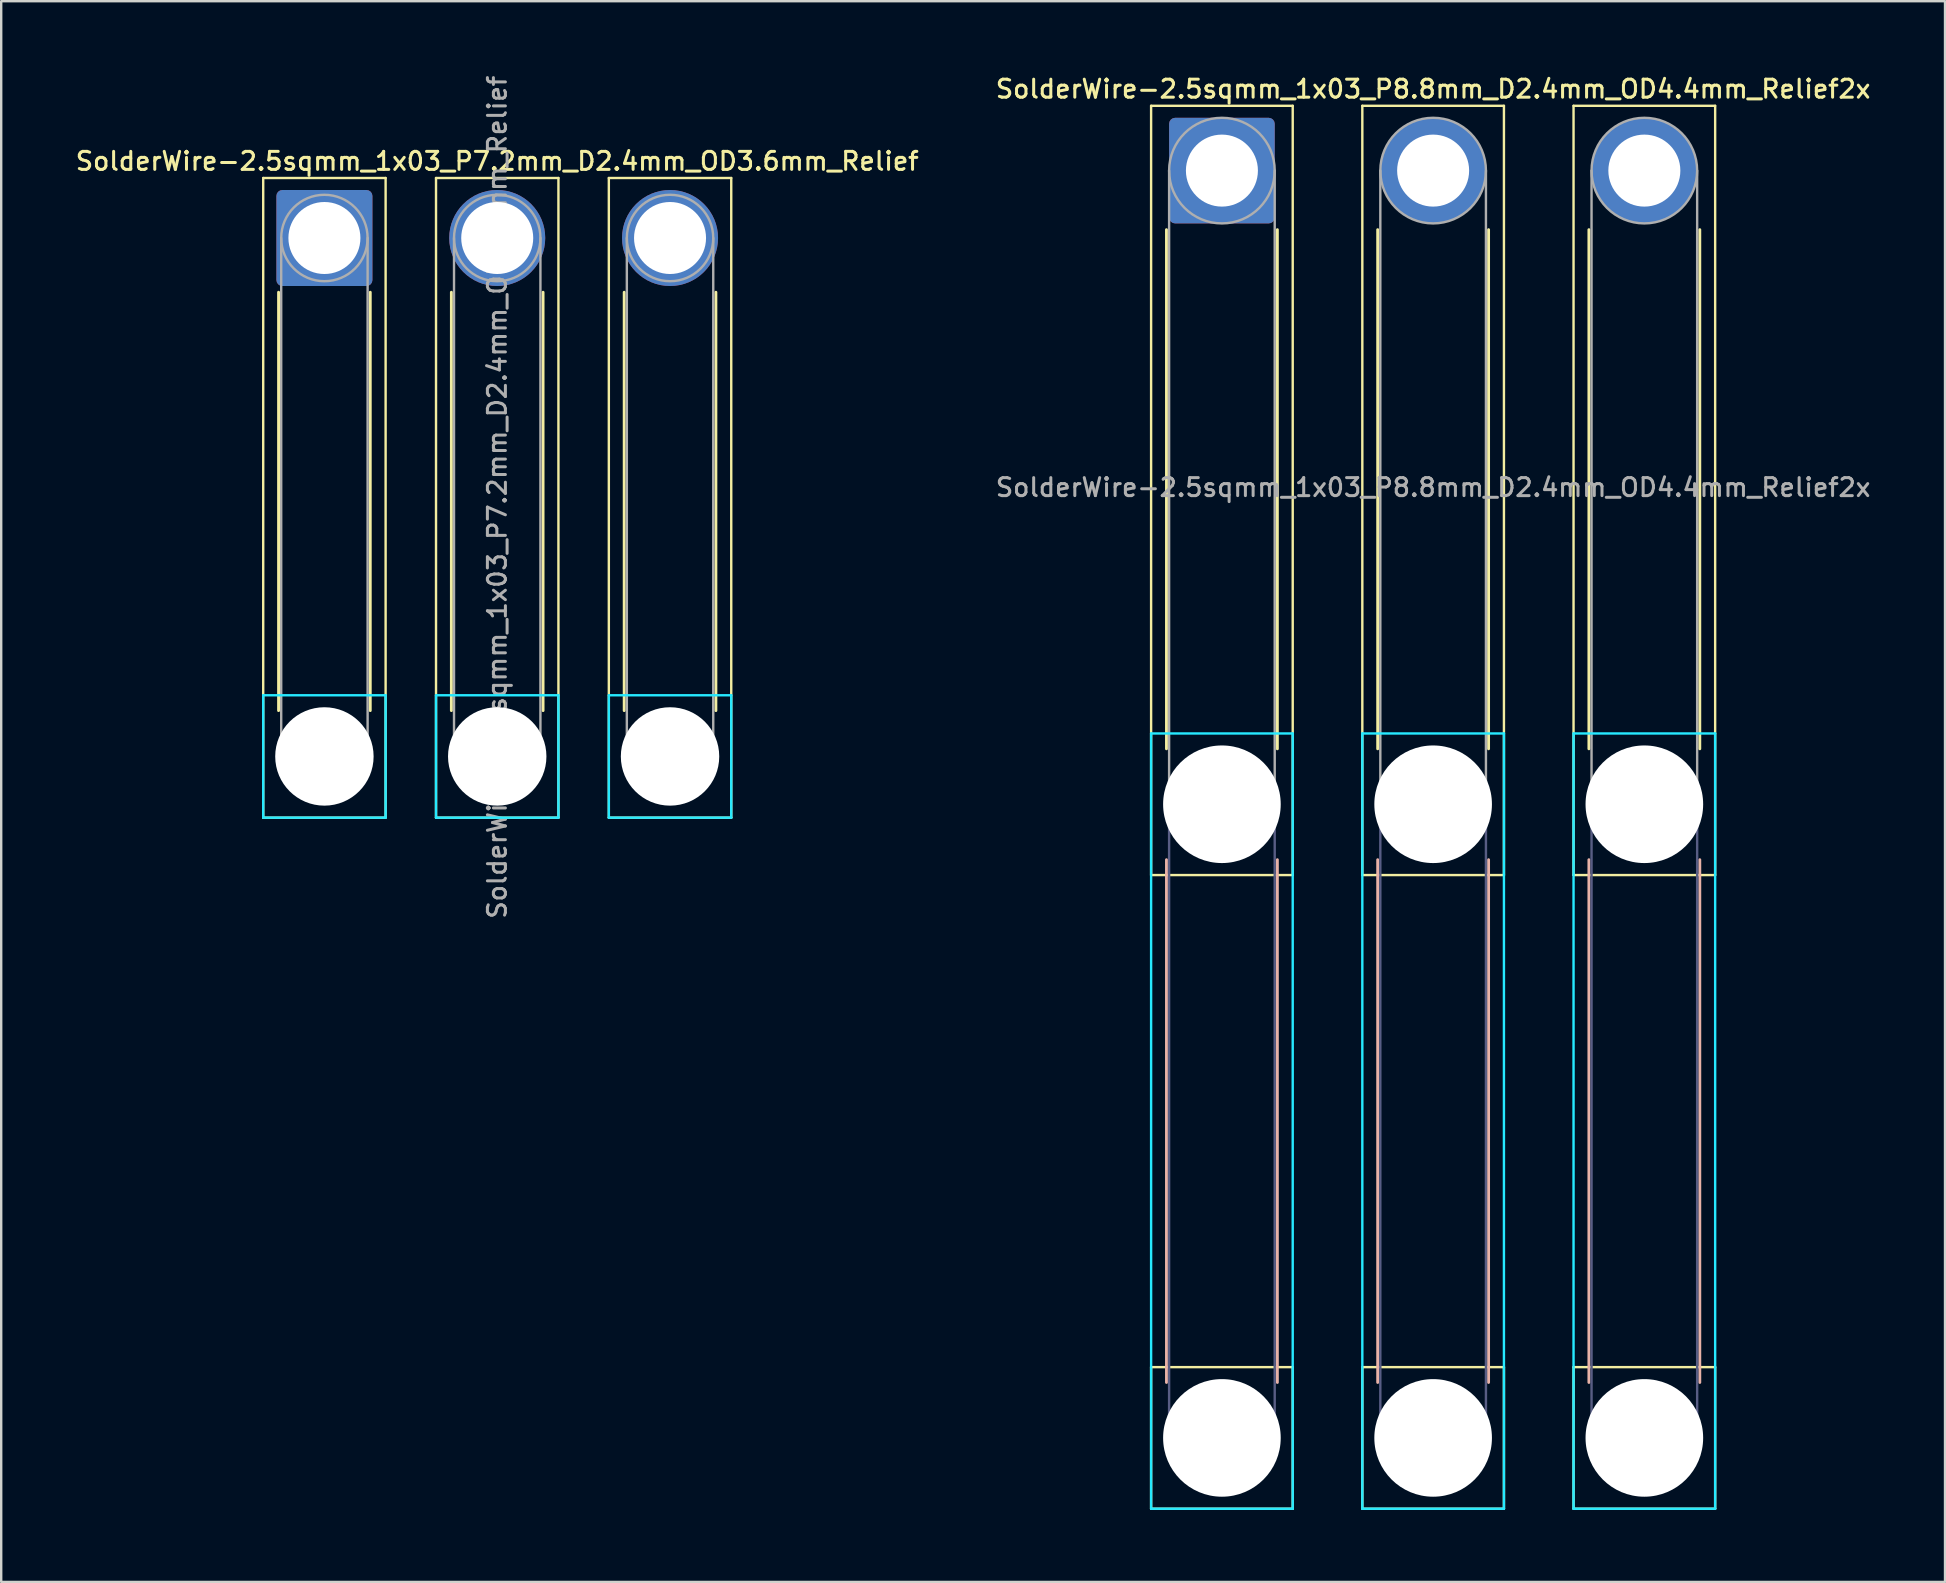
<source format=kicad_pcb>
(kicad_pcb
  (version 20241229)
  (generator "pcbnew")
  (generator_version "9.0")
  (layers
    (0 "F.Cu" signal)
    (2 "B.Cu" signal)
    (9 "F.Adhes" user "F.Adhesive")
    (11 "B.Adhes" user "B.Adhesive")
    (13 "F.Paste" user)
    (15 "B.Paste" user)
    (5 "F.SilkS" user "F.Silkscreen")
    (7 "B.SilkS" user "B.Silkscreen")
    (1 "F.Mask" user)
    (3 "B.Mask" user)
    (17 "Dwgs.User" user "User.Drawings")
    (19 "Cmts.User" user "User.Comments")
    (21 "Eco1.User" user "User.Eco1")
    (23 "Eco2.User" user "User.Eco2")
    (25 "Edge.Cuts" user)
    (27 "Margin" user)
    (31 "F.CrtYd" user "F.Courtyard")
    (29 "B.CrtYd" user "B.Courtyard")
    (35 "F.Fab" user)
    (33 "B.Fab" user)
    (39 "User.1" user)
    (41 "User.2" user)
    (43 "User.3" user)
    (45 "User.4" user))
  (footprint "SolderWire-2.5sqmm_1x03_P8.8mm_D2.4mm_OD4.4mm_Relief2x"
    (layer "F.Cu")
    (at 47.859 4.058)
    (property "Reference" "SolderWire-2.5sqmm_1x03_P8.8mm_D2.4mm_OD4.4mm_Relief2x" (at 8.8 -3.4 0) (layer "F.SilkS") (effects (font (size 0.75 0.75) (thickness 0.125))))
    (attr exclude_from_pos_files exclude_from_bom)
    (fp_line (start -2.95 -2.7) (end -2.95 29.35) (stroke (width 0.1) (type solid)) (layer "F.SilkS"))
    (fp_line (start -2.95 29.35) (end 2.95 29.35) (stroke (width 0.1) (type solid)) (layer "F.SilkS"))
    (fp_line (start -2.95 49.85) (end -2.95 55.75) (stroke (width 0.1) (type solid)) (layer "F.SilkS"))
    (fp_line (start -2.95 55.75) (end 2.95 55.75) (stroke (width 0.1) (type solid)) (layer "F.SilkS"))
    (fp_line (start -2.31 2.46) (end -2.31 24.09) (stroke (width 0.12) (type solid)) (layer "F.SilkS"))
    (fp_line (start 2.31 2.46) (end 2.31 24.09) (stroke (width 0.12) (type solid)) (layer "F.SilkS"))
    (fp_line (start 2.95 -2.7) (end -2.95 -2.7) (stroke (width 0.1) (type solid)) (layer "F.SilkS"))
    (fp_line (start 2.95 29.35) (end 2.95 -2.7) (stroke (width 0.1) (type solid)) (layer "F.SilkS"))
    (fp_line (start 2.95 49.85) (end -2.95 49.85) (stroke (width 0.1) (type solid)) (layer "F.SilkS"))
    (fp_line (start 2.95 55.75) (end 2.95 49.85) (stroke (width 0.1) (type solid)) (layer "F.SilkS"))
    (fp_line (start 5.85 -2.7) (end 5.85 29.35) (stroke (width 0.1) (type solid)) (layer "F.SilkS"))
    (fp_line (start 5.85 29.35) (end 11.75 29.35) (stroke (width 0.1) (type solid)) (layer "F.SilkS"))
    (fp_line (start 5.85 49.85) (end 5.85 55.75) (stroke (width 0.1) (type solid)) (layer "F.SilkS"))
    (fp_line (start 5.85 55.75) (end 11.75 55.75) (stroke (width 0.1) (type solid)) (layer "F.SilkS"))
    (fp_line (start 6.49 2.46) (end 6.49 24.09) (stroke (width 0.12) (type solid)) (layer "F.SilkS"))
    (fp_line (start 11.11 2.46) (end 11.11 24.09) (stroke (width 0.12) (type solid)) (layer "F.SilkS"))
    (fp_line (start 11.75 -2.7) (end 5.85 -2.7) (stroke (width 0.1) (type solid)) (layer "F.SilkS"))
    (fp_line (start 11.75 29.35) (end 11.75 -2.7) (stroke (width 0.1) (type solid)) (layer "F.SilkS"))
    (fp_line (start 11.75 49.85) (end 5.85 49.85) (stroke (width 0.1) (type solid)) (layer "F.SilkS"))
    (fp_line (start 11.75 55.75) (end 11.75 49.85) (stroke (width 0.1) (type solid)) (layer "F.SilkS"))
    (fp_line (start 14.65 -2.7) (end 14.65 29.35) (stroke (width 0.1) (type solid)) (layer "F.SilkS"))
    (fp_line (start 14.65 29.35) (end 20.55 29.35) (stroke (width 0.1) (type solid)) (layer "F.SilkS"))
    (fp_line (start 14.65 49.85) (end 14.65 55.75) (stroke (width 0.1) (type solid)) (layer "F.SilkS"))
    (fp_line (start 14.65 55.75) (end 20.55 55.75) (stroke (width 0.1) (type solid)) (layer "F.SilkS"))
    (fp_line (start 15.29 2.46) (end 15.29 24.09) (stroke (width 0.12) (type solid)) (layer "F.SilkS"))
    (fp_line (start 19.91 2.46) (end 19.91 24.09) (stroke (width 0.12) (type solid)) (layer "F.SilkS"))
    (fp_line (start 20.55 -2.7) (end 14.65 -2.7) (stroke (width 0.1) (type solid)) (layer "F.SilkS"))
    (fp_line (start 20.55 29.35) (end 20.55 -2.7) (stroke (width 0.1) (type solid)) (layer "F.SilkS"))
    (fp_line (start 20.55 49.85) (end 14.65 49.85) (stroke (width 0.1) (type solid)) (layer "F.SilkS"))
    (fp_line (start 20.55 55.75) (end 20.55 49.85) (stroke (width 0.1) (type solid)) (layer "F.SilkS"))
    (fp_line (start -2.31 28.71) (end -2.31 50.49) (stroke (width 0.12) (type solid)) (layer "B.SilkS"))
    (fp_line (start 2.31 28.71) (end 2.31 50.49) (stroke (width 0.12) (type solid)) (layer "B.SilkS"))
    (fp_line (start 6.49 28.71) (end 6.49 50.49) (stroke (width 0.12) (type solid)) (layer "B.SilkS"))
    (fp_line (start 11.11 28.71) (end 11.11 50.49) (stroke (width 0.12) (type solid)) (layer "B.SilkS"))
    (fp_line (start 15.29 28.71) (end 15.29 50.49) (stroke (width 0.12) (type solid)) (layer "B.SilkS"))
    (fp_line (start 19.91 28.71) (end 19.91 50.49) (stroke (width 0.12) (type solid)) (layer "B.SilkS"))
    (fp_line (start -2.95 23.45) (end -2.95 55.75) (stroke (width 0.1) (type solid)) (layer "B.CrtYd"))
    (fp_line (start -2.95 55.75) (end 2.95 55.75) (stroke (width 0.1) (type solid)) (layer "B.CrtYd"))
    (fp_line (start 2.95 23.45) (end -2.95 23.45) (stroke (width 0.1) (type solid)) (layer "B.CrtYd"))
    (fp_line (start 2.95 55.75) (end 2.95 23.45) (stroke (width 0.1) (type solid)) (layer "B.CrtYd"))
    (fp_line (start 5.85 23.45) (end 5.85 55.75) (stroke (width 0.1) (type solid)) (layer "B.CrtYd"))
    (fp_line (start 5.85 55.75) (end 11.75 55.75) (stroke (width 0.1) (type solid)) (layer "B.CrtYd"))
    (fp_line (start 11.75 23.45) (end 5.85 23.45) (stroke (width 0.1) (type solid)) (layer "B.CrtYd"))
    (fp_line (start 11.75 55.75) (end 11.75 23.45) (stroke (width 0.1) (type solid)) (layer "B.CrtYd"))
    (fp_line (start 14.65 23.45) (end 14.65 55.75) (stroke (width 0.1) (type solid)) (layer "B.CrtYd"))
    (fp_line (start 14.65 55.75) (end 20.55 55.75) (stroke (width 0.1) (type solid)) (layer "B.CrtYd"))
    (fp_line (start 20.55 23.45) (end 14.65 23.45) (stroke (width 0.1) (type solid)) (layer "B.CrtYd"))
    (fp_line (start 20.55 55.75) (end 20.55 23.45) (stroke (width 0.1) (type solid)) (layer "B.CrtYd"))
    (fp_line (start -2.2 26.4) (end -2.2 52.8) (stroke (width 0.1) (type solid)) (layer "B.Fab"))
    (fp_line (start 2.2 26.4) (end 2.2 52.8) (stroke (width 0.1) (type solid)) (layer "B.Fab"))
    (fp_line (start 6.6 26.4) (end 6.6 52.8) (stroke (width 0.1) (type solid)) (layer "B.Fab"))
    (fp_line (start 11 26.4) (end 11 52.8) (stroke (width 0.1) (type solid)) (layer "B.Fab"))
    (fp_line (start 15.4 26.4) (end 15.4 52.8) (stroke (width 0.1) (type solid)) (layer "B.Fab"))
    (fp_line (start 19.8 26.4) (end 19.8 52.8) (stroke (width 0.1) (type solid)) (layer "B.Fab"))
    (fp_circle (center 0 26.4) (end 2.2 26.4) (stroke (width 0.1) (type solid)) (fill no) (layer "B.Fab"))
    (fp_circle (center 0 52.8) (end 2.2 52.8) (stroke (width 0.1) (type solid)) (fill no) (layer "B.Fab"))
    (fp_circle (center 8.8 26.4) (end 11 26.4) (stroke (width 0.1) (type solid)) (fill no) (layer "B.Fab"))
    (fp_circle (center 8.8 52.8) (end 11 52.8) (stroke (width 0.1) (type solid)) (fill no) (layer "B.Fab"))
    (fp_circle (center 17.6 26.4) (end 19.8 26.4) (stroke (width 0.1) (type solid)) (fill no) (layer "B.Fab"))
    (fp_circle (center 17.6 52.8) (end 19.8 52.8) (stroke (width 0.1) (type solid)) (fill no) (layer "B.Fab"))
    (fp_line (start -2.2 0) (end -2.2 26.4) (stroke (width 0.1) (type solid)) (layer "F.Fab"))
    (fp_line (start 2.2 0) (end 2.2 26.4) (stroke (width 0.1) (type solid)) (layer "F.Fab"))
    (fp_line (start 6.6 0) (end 6.6 26.4) (stroke (width 0.1) (type solid)) (layer "F.Fab"))
    (fp_line (start 11 0) (end 11 26.4) (stroke (width 0.1) (type solid)) (layer "F.Fab"))
    (fp_line (start 15.4 0) (end 15.4 26.4) (stroke (width 0.1) (type solid)) (layer "F.Fab"))
    (fp_line (start 19.8 0) (end 19.8 26.4) (stroke (width 0.1) (type solid)) (layer "F.Fab"))
    (fp_circle (center 0 0) (end 2.2 0) (stroke (width 0.1) (type solid)) (fill no) (layer "F.Fab"))
    (fp_circle (center 0 26.4) (end 2.2 26.4) (stroke (width 0.1) (type solid)) (fill no) (layer "F.Fab"))
    (fp_circle (center 0 52.8) (end 2.2 52.8) (stroke (width 0.1) (type solid)) (fill no) (layer "F.Fab"))
    (fp_circle (center 8.8 0) (end 11 0) (stroke (width 0.1) (type solid)) (fill no) (layer "F.Fab"))
    (fp_circle (center 8.8 26.4) (end 11 26.4) (stroke (width 0.1) (type solid)) (fill no) (layer "F.Fab"))
    (fp_circle (center 8.8 52.8) (end 11 52.8) (stroke (width 0.1) (type solid)) (fill no) (layer "F.Fab"))
    (fp_circle (center 17.6 0) (end 19.8 0) (stroke (width 0.1) (type solid)) (fill no) (layer "F.Fab"))
    (fp_circle (center 17.6 26.4) (end 19.8 26.4) (stroke (width 0.1) (type solid)) (fill no) (layer "F.Fab"))
    (fp_circle (center 17.6 52.8) (end 19.8 52.8) (stroke (width 0.1) (type solid)) (fill no) (layer "F.Fab"))
    (fp_text user "${REFERENCE}" (at 8.8 13.2 0) (layer "F.Fab") (effects (font (size 0.75 0.75) (thickness 0.125))))
    (pad "" np_thru_hole circle (at 0 26.4) (size 4.9 4.9) (drill 4.9) (layers "*.Cu" "*.Mask"))
    (pad "" np_thru_hole circle (at 0 52.8) (size 4.9 4.9) (drill 4.9) (layers "*.Cu" "*.Mask"))
    (pad "" np_thru_hole circle (at 8.8 26.4) (size 4.9 4.9) (drill 4.9) (layers "*.Cu" "*.Mask"))
    (pad "" np_thru_hole circle (at 8.8 52.8) (size 4.9 4.9) (drill 4.9) (layers "*.Cu" "*.Mask"))
    (pad "" np_thru_hole circle (at 17.6 26.4) (size 4.9 4.9) (drill 4.9) (layers "*.Cu" "*.Mask"))
    (pad "" np_thru_hole circle (at 17.6 52.8) (size 4.9 4.9) (drill 4.9) (layers "*.Cu" "*.Mask"))
    (pad "1" thru_hole roundrect (at 0 0) (size 4.4 4.4) (drill 3) (layers "*.Cu" "*.Mask") (roundrect_rratio 0.057))
    (pad "2" thru_hole circle (at 8.8 0) (size 4.4 4.4) (drill 3) (layers "*.Cu" "*.Mask"))
    (pad "3" thru_hole circle (at 17.6 0) (size 4.4 4.4) (drill 3) (layers "*.Cu" "*.Mask")))
  (footprint "SolderWire-2.5sqmm_1x03_P7.2mm_D2.4mm_OD3.6mm_Relief"
    (layer "F.Cu")
    (at 10.466 6.866)
    (property "Reference" "SolderWire-2.5sqmm_1x03_P7.2mm_D2.4mm_OD3.6mm_Relief" (at 7.2 -3.2 0) (layer "F.SilkS") (effects (font (size 0.75 0.75) (thickness 0.125))))
    (attr exclude_from_pos_files exclude_from_bom)
    (fp_line (start -2.55 -2.5) (end -2.55 24.15) (stroke (width 0.1) (type solid)) (layer "F.SilkS"))
    (fp_line (start -2.55 24.15) (end 2.55 24.15) (stroke (width 0.1) (type solid)) (layer "F.SilkS"))
    (fp_line (start -1.91 2.26) (end -1.91 19.69) (stroke (width 0.12) (type solid)) (layer "F.SilkS"))
    (fp_line (start 1.91 2.26) (end 1.91 19.69) (stroke (width 0.12) (type solid)) (layer "F.SilkS"))
    (fp_line (start 2.55 -2.5) (end -2.55 -2.5) (stroke (width 0.1) (type solid)) (layer "F.SilkS"))
    (fp_line (start 2.55 24.15) (end 2.55 -2.5) (stroke (width 0.1) (type solid)) (layer "F.SilkS"))
    (fp_line (start 4.65 -2.5) (end 4.65 24.15) (stroke (width 0.1) (type solid)) (layer "F.SilkS"))
    (fp_line (start 4.65 24.15) (end 9.75 24.15) (stroke (width 0.1) (type solid)) (layer "F.SilkS"))
    (fp_line (start 5.29 2.26) (end 5.29 19.69) (stroke (width 0.12) (type solid)) (layer "F.SilkS"))
    (fp_line (start 9.11 2.26) (end 9.11 19.69) (stroke (width 0.12) (type solid)) (layer "F.SilkS"))
    (fp_line (start 9.75 -2.5) (end 4.65 -2.5) (stroke (width 0.1) (type solid)) (layer "F.SilkS"))
    (fp_line (start 9.75 24.15) (end 9.75 -2.5) (stroke (width 0.1) (type solid)) (layer "F.SilkS"))
    (fp_line (start 11.85 -2.5) (end 11.85 24.15) (stroke (width 0.1) (type solid)) (layer "F.SilkS"))
    (fp_line (start 11.85 24.15) (end 16.95 24.15) (stroke (width 0.1) (type solid)) (layer "F.SilkS"))
    (fp_line (start 12.49 2.26) (end 12.49 19.69) (stroke (width 0.12) (type solid)) (layer "F.SilkS"))
    (fp_line (start 16.31 2.26) (end 16.31 19.69) (stroke (width 0.12) (type solid)) (layer "F.SilkS"))
    (fp_line (start 16.95 -2.5) (end 11.85 -2.5) (stroke (width 0.1) (type solid)) (layer "F.SilkS"))
    (fp_line (start 16.95 24.15) (end 16.95 -2.5) (stroke (width 0.1) (type solid)) (layer "F.SilkS"))
    (fp_line (start -2.55 19.05) (end -2.55 24.15) (stroke (width 0.1) (type solid)) (layer "B.CrtYd"))
    (fp_line (start -2.55 24.15) (end 2.55 24.15) (stroke (width 0.1) (type solid)) (layer "B.CrtYd"))
    (fp_line (start 2.55 19.05) (end -2.55 19.05) (stroke (width 0.1) (type solid)) (layer "B.CrtYd"))
    (fp_line (start 2.55 24.15) (end 2.55 19.05) (stroke (width 0.1) (type solid)) (layer "B.CrtYd"))
    (fp_line (start 4.65 19.05) (end 4.65 24.15) (stroke (width 0.1) (type solid)) (layer "B.CrtYd"))
    (fp_line (start 4.65 24.15) (end 9.75 24.15) (stroke (width 0.1) (type solid)) (layer "B.CrtYd"))
    (fp_line (start 9.75 19.05) (end 4.65 19.05) (stroke (width 0.1) (type solid)) (layer "B.CrtYd"))
    (fp_line (start 9.75 24.15) (end 9.75 19.05) (stroke (width 0.1) (type solid)) (layer "B.CrtYd"))
    (fp_line (start 11.85 19.05) (end 11.85 24.15) (stroke (width 0.1) (type solid)) (layer "B.CrtYd"))
    (fp_line (start 11.85 24.15) (end 16.95 24.15) (stroke (width 0.1) (type solid)) (layer "B.CrtYd"))
    (fp_line (start 16.95 19.05) (end 11.85 19.05) (stroke (width 0.1) (type solid)) (layer "B.CrtYd"))
    (fp_line (start 16.95 24.15) (end 16.95 19.05) (stroke (width 0.1) (type solid)) (layer "B.CrtYd"))
    (fp_line (start -1.8 0) (end -1.8 21.6) (stroke (width 0.1) (type solid)) (layer "F.Fab"))
    (fp_line (start 1.8 0) (end 1.8 21.6) (stroke (width 0.1) (type solid)) (layer "F.Fab"))
    (fp_line (start 5.4 0) (end 5.4 21.6) (stroke (width 0.1) (type solid)) (layer "F.Fab"))
    (fp_line (start 9 0) (end 9 21.6) (stroke (width 0.1) (type solid)) (layer "F.Fab"))
    (fp_line (start 12.6 0) (end 12.6 21.6) (stroke (width 0.1) (type solid)) (layer "F.Fab"))
    (fp_line (start 16.2 0) (end 16.2 21.6) (stroke (width 0.1) (type solid)) (layer "F.Fab"))
    (fp_circle (center 0 0) (end 1.8 0) (stroke (width 0.1) (type solid)) (fill no) (layer "F.Fab"))
    (fp_circle (center 0 21.6) (end 1.8 21.6) (stroke (width 0.1) (type solid)) (fill no) (layer "F.Fab"))
    (fp_circle (center 7.2 0) (end 9 0) (stroke (width 0.1) (type solid)) (fill no) (layer "F.Fab"))
    (fp_circle (center 7.2 21.6) (end 9 21.6) (stroke (width 0.1) (type solid)) (fill no) (layer "F.Fab"))
    (fp_circle (center 14.4 0) (end 16.2 0) (stroke (width 0.1) (type solid)) (fill no) (layer "F.Fab"))
    (fp_circle (center 14.4 21.6) (end 16.2 21.6) (stroke (width 0.1) (type solid)) (fill no) (layer "F.Fab"))
    (fp_text user "${REFERENCE}" (at 7.2 10.8 90) (layer "F.Fab") (effects (font (size 0.75 0.75) (thickness 0.125))))
    (pad "" np_thru_hole circle (at 0 21.6) (size 4.1 4.1) (drill 4.1) (layers "*.Cu" "*.Mask"))
    (pad "" np_thru_hole circle (at 7.2 21.6) (size 4.1 4.1) (drill 4.1) (layers "*.Cu" "*.Mask"))
    (pad "" np_thru_hole circle (at 14.4 21.6) (size 4.1 4.1) (drill 4.1) (layers "*.Cu" "*.Mask"))
    (pad "1" thru_hole roundrect (at 0 0) (size 4 4) (drill 3) (layers "*.Cu" "*.Mask") (roundrect_rratio 0.062))
    (pad "2" thru_hole circle (at 7.2 0) (size 4 4) (drill 3) (layers "*.Cu" "*.Mask"))
    (pad "3" thru_hole circle (at 14.4 0) (size 4 4) (drill 3) (layers "*.Cu" "*.Mask")))
  (gr_rect
    (start -3 -3)
    (end 77.986 62.858)
    (stroke (width 0.1) (type default))
    (fill no)
    (layer "Edge.Cuts")))
</source>
